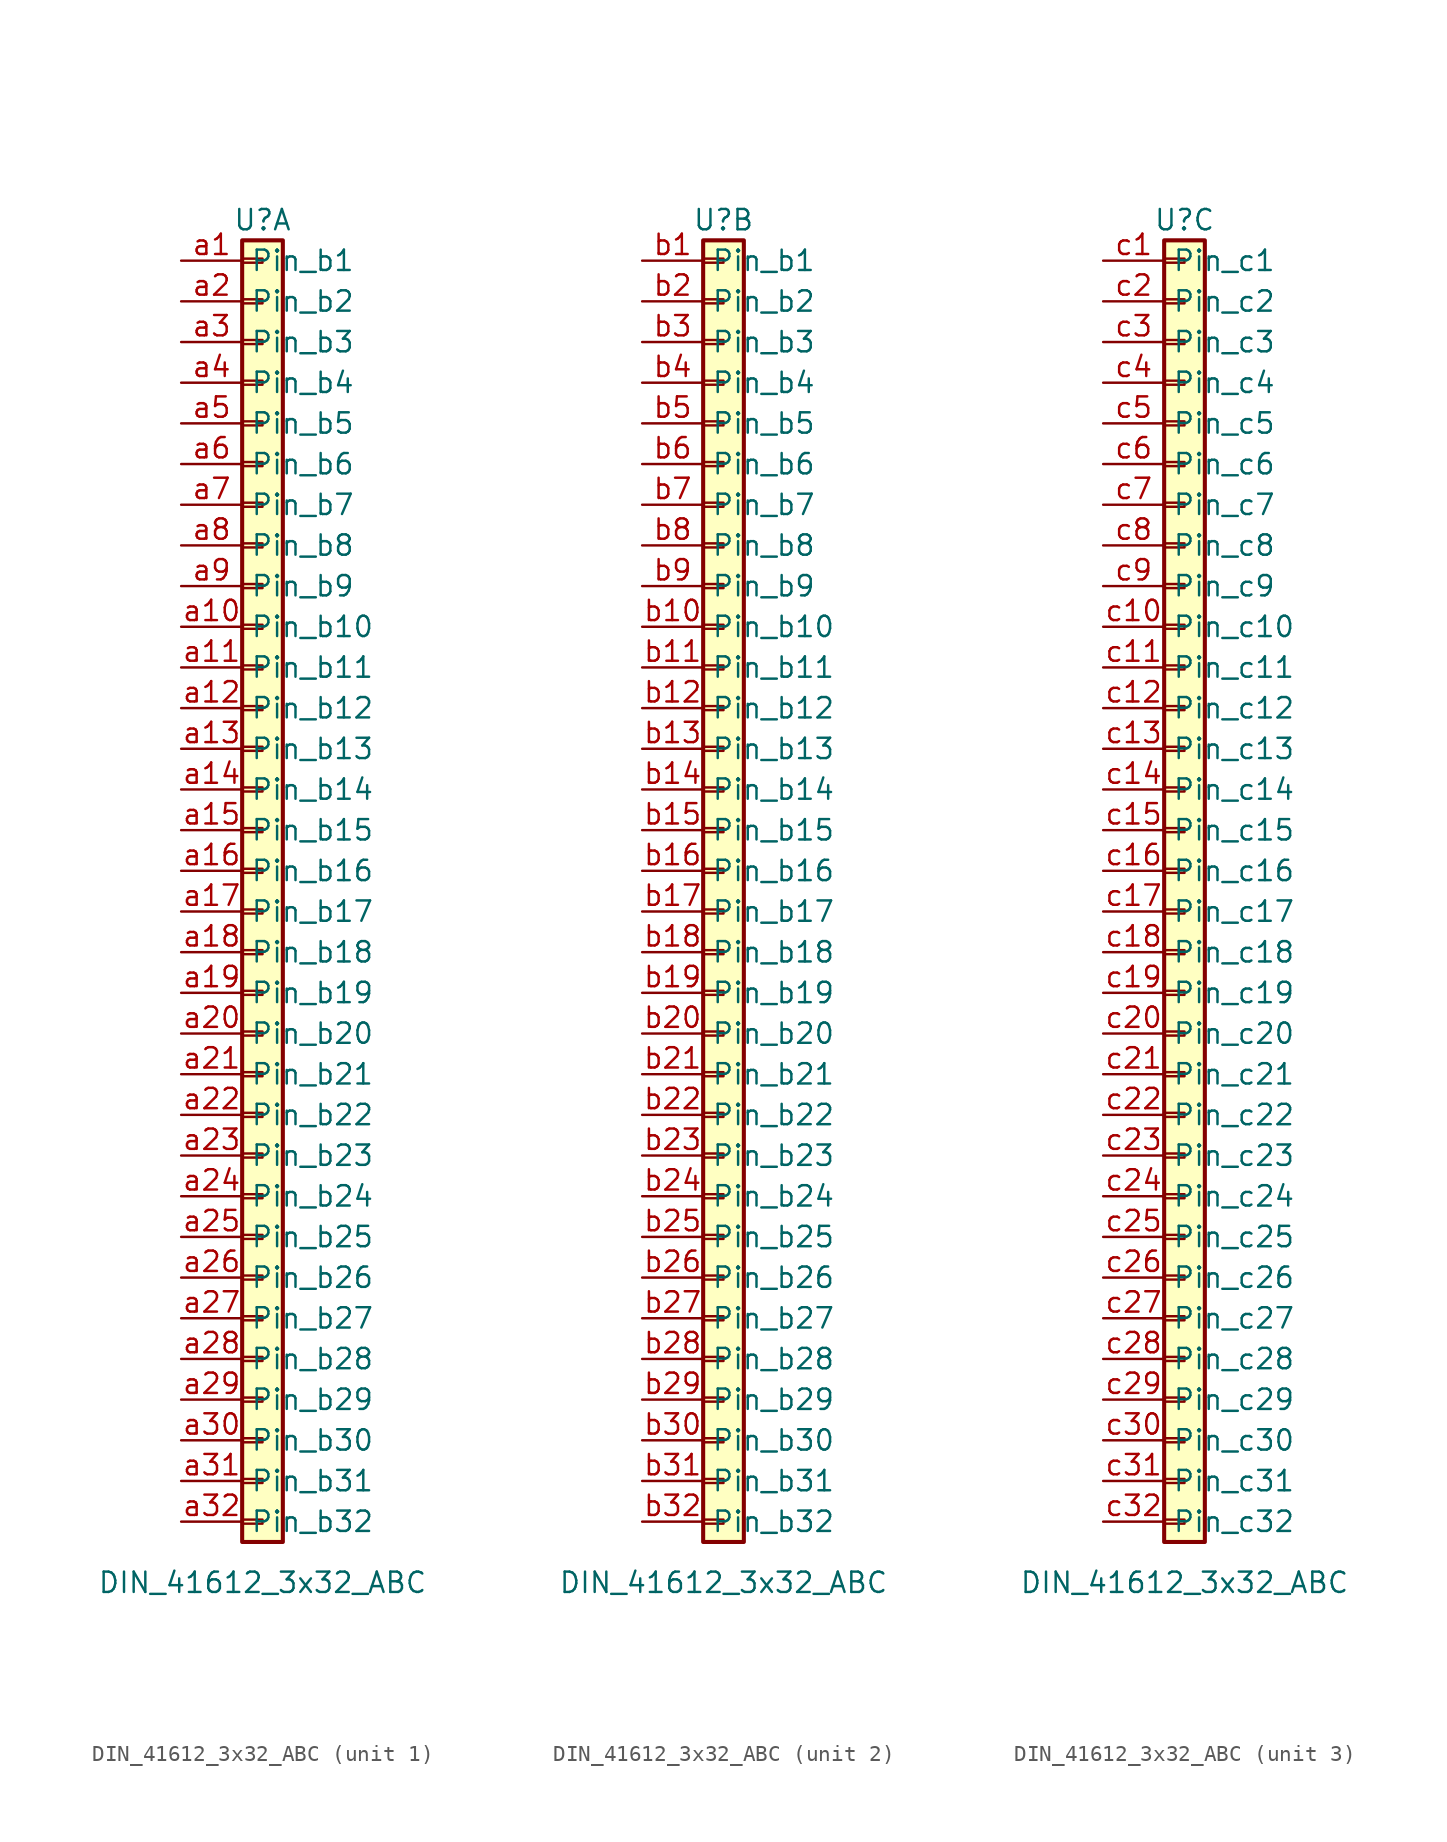
<source format=kicad_sym>
(kicad_symbol_lib
  (version 20220914)
  (generator kicad_symbol_editor)
  (symbol "DIN_41612_3x32_ABC"
    (property "Reference" "U"
      (at 0 39.37 0)
      (effects (font (size 1.27 1.27))))
    (property "Value" "DIN_41612_3x32_ABC"
      (at 0 -45.72 0)
      (effects (font (size 1.27 1.27))))
    (symbol "DIN_41612_3x32_ABC_1_1"
      (rectangle (start -1.27 -41.783) (end 0 -42.037) (stroke (width 0.152) (type default)) (fill (type none)))
      (rectangle (start -1.27 -39.243) (end 0 -39.497) (stroke (width 0.152) (type default)) (fill (type none)))
      (rectangle (start -1.27 -36.703) (end 0 -36.957) (stroke (width 0.152) (type default)) (fill (type none)))
      (rectangle (start -1.27 -34.163) (end 0 -34.417) (stroke (width 0.152) (type default)) (fill (type none)))
      (rectangle (start -1.27 -31.623) (end 0 -31.877) (stroke (width 0.152) (type default)) (fill (type none)))
      (rectangle (start -1.27 -29.083) (end 0 -29.337) (stroke (width 0.152) (type default)) (fill (type none)))
      (rectangle (start -1.27 -26.543) (end 0 -26.797) (stroke (width 0.152) (type default)) (fill (type none)))
      (rectangle (start -1.27 -24.003) (end 0 -24.257) (stroke (width 0.152) (type default)) (fill (type none)))
      (rectangle (start -1.27 -21.463) (end 0 -21.717) (stroke (width 0.152) (type default)) (fill (type none)))
      (rectangle (start -1.27 -18.923) (end 0 -19.177) (stroke (width 0.152) (type default)) (fill (type none)))
      (rectangle (start -1.27 -16.383) (end 0 -16.637) (stroke (width 0.152) (type default)) (fill (type none)))
      (rectangle (start -1.27 -13.843) (end 0 -14.097) (stroke (width 0.152) (type default)) (fill (type none)))
      (rectangle (start -1.27 -11.303) (end 0 -11.557) (stroke (width 0.152) (type default)) (fill (type none)))
      (rectangle (start -1.27 -8.763) (end 0 -9.017) (stroke (width 0.152) (type default)) (fill (type none)))
      (rectangle (start -1.27 -6.223) (end 0 -6.477) (stroke (width 0.152) (type default)) (fill (type none)))
      (rectangle (start -1.27 -3.683) (end 0 -3.937) (stroke (width 0.152) (type default)) (fill (type none)))
      (rectangle (start -1.27 -1.143) (end 0 -1.397) (stroke (width 0.152) (type default)) (fill (type none)))
      (rectangle (start -1.27 1.397) (end 0 1.143) (stroke (width 0.152) (type default)) (fill (type none)))
      (rectangle (start -1.27 3.937) (end 0 3.683) (stroke (width 0.152) (type default)) (fill (type none)))
      (rectangle (start -1.27 6.477) (end 0 6.223) (stroke (width 0.152) (type default)) (fill (type none)))
      (rectangle (start -1.27 9.017) (end 0 8.763) (stroke (width 0.152) (type default)) (fill (type none)))
      (rectangle (start -1.27 11.557) (end 0 11.303) (stroke (width 0.152) (type default)) (fill (type none)))
      (rectangle (start -1.27 14.097) (end 0 13.843) (stroke (width 0.152) (type default)) (fill (type none)))
      (rectangle (start -1.27 16.637) (end 0 16.383) (stroke (width 0.152) (type default)) (fill (type none)))
      (rectangle (start -1.27 19.177) (end 0 18.923) (stroke (width 0.152) (type default)) (fill (type none)))
      (rectangle (start -1.27 21.717) (end 0 21.463) (stroke (width 0.152) (type default)) (fill (type none)))
      (rectangle (start -1.27 24.257) (end 0 24.003) (stroke (width 0.152) (type default)) (fill (type none)))
      (rectangle (start -1.27 26.797) (end 0 26.543) (stroke (width 0.152) (type default)) (fill (type none)))
      (rectangle (start -1.27 29.337) (end 0 29.083) (stroke (width 0.152) (type default)) (fill (type none)))
      (rectangle (start -1.27 31.877) (end 0 31.623) (stroke (width 0.152) (type default)) (fill (type none)))
      (rectangle (start -1.27 34.417) (end 0 34.163) (stroke (width 0.152) (type default)) (fill (type none)))
      (rectangle (start -1.27 36.957) (end 0 36.703) (stroke (width 0.152) (type default)) (fill (type none)))
      (rectangle (start -1.27 38.1) (end 1.27 -43.18) (stroke (width 0.254) (type default)) (fill (type background)))
      (pin passive line (at -5.08 36.83 0) (length 3.81) (name "Pin_b1" (effects (font (size 1.27 1.27)))) (number "a1" (effects (font (size 1.27 1.27)))))
      (pin passive line (at -5.08 13.97 0) (length 3.81) (name "Pin_b10" (effects (font (size 1.27 1.27)))) (number "a10" (effects (font (size 1.27 1.27)))))
      (pin passive line (at -5.08 11.43 0) (length 3.81) (name "Pin_b11" (effects (font (size 1.27 1.27)))) (number "a11" (effects (font (size 1.27 1.27)))))
      (pin passive line (at -5.08 8.89 0) (length 3.81) (name "Pin_b12" (effects (font (size 1.27 1.27)))) (number "a12" (effects (font (size 1.27 1.27)))))
      (pin passive line (at -5.08 6.35 0) (length 3.81) (name "Pin_b13" (effects (font (size 1.27 1.27)))) (number "a13" (effects (font (size 1.27 1.27)))))
      (pin passive line (at -5.08 3.81 0) (length 3.81) (name "Pin_b14" (effects (font (size 1.27 1.27)))) (number "a14" (effects (font (size 1.27 1.27)))))
      (pin passive line (at -5.08 1.27 0) (length 3.81) (name "Pin_b15" (effects (font (size 1.27 1.27)))) (number "a15" (effects (font (size 1.27 1.27)))))
      (pin passive line (at -5.08 -1.27 0) (length 3.81) (name "Pin_b16" (effects (font (size 1.27 1.27)))) (number "a16" (effects (font (size 1.27 1.27)))))
      (pin passive line (at -5.08 -3.81 0) (length 3.81) (name "Pin_b17" (effects (font (size 1.27 1.27)))) (number "a17" (effects (font (size 1.27 1.27)))))
      (pin passive line (at -5.08 -6.35 0) (length 3.81) (name "Pin_b18" (effects (font (size 1.27 1.27)))) (number "a18" (effects (font (size 1.27 1.27)))))
      (pin passive line (at -5.08 -8.89 0) (length 3.81) (name "Pin_b19" (effects (font (size 1.27 1.27)))) (number "a19" (effects (font (size 1.27 1.27)))))
      (pin passive line (at -5.08 34.29 0) (length 3.81) (name "Pin_b2" (effects (font (size 1.27 1.27)))) (number "a2" (effects (font (size 1.27 1.27)))))
      (pin passive line (at -5.08 -11.43 0) (length 3.81) (name "Pin_b20" (effects (font (size 1.27 1.27)))) (number "a20" (effects (font (size 1.27 1.27)))))
      (pin passive line (at -5.08 -13.97 0) (length 3.81) (name "Pin_b21" (effects (font (size 1.27 1.27)))) (number "a21" (effects (font (size 1.27 1.27)))))
      (pin passive line (at -5.08 -16.51 0) (length 3.81) (name "Pin_b22" (effects (font (size 1.27 1.27)))) (number "a22" (effects (font (size 1.27 1.27)))))
      (pin passive line (at -5.08 -19.05 0) (length 3.81) (name "Pin_b23" (effects (font (size 1.27 1.27)))) (number "a23" (effects (font (size 1.27 1.27)))))
      (pin passive line (at -5.08 -21.59 0) (length 3.81) (name "Pin_b24" (effects (font (size 1.27 1.27)))) (number "a24" (effects (font (size 1.27 1.27)))))
      (pin passive line (at -5.08 -24.13 0) (length 3.81) (name "Pin_b25" (effects (font (size 1.27 1.27)))) (number "a25" (effects (font (size 1.27 1.27)))))
      (pin passive line (at -5.08 -26.67 0) (length 3.81) (name "Pin_b26" (effects (font (size 1.27 1.27)))) (number "a26" (effects (font (size 1.27 1.27)))))
      (pin passive line (at -5.08 -29.21 0) (length 3.81) (name "Pin_b27" (effects (font (size 1.27 1.27)))) (number "a27" (effects (font (size 1.27 1.27)))))
      (pin passive line (at -5.08 -31.75 0) (length 3.81) (name "Pin_b28" (effects (font (size 1.27 1.27)))) (number "a28" (effects (font (size 1.27 1.27)))))
      (pin passive line (at -5.08 -34.29 0) (length 3.81) (name "Pin_b29" (effects (font (size 1.27 1.27)))) (number "a29" (effects (font (size 1.27 1.27)))))
      (pin passive line (at -5.08 31.75 0) (length 3.81) (name "Pin_b3" (effects (font (size 1.27 1.27)))) (number "a3" (effects (font (size 1.27 1.27)))))
      (pin passive line (at -5.08 -36.83 0) (length 3.81) (name "Pin_b30" (effects (font (size 1.27 1.27)))) (number "a30" (effects (font (size 1.27 1.27)))))
      (pin passive line (at -5.08 -39.37 0) (length 3.81) (name "Pin_b31" (effects (font (size 1.27 1.27)))) (number "a31" (effects (font (size 1.27 1.27)))))
      (pin passive line (at -5.08 -41.91 0) (length 3.81) (name "Pin_b32" (effects (font (size 1.27 1.27)))) (number "a32" (effects (font (size 1.27 1.27)))))
      (pin passive line (at -5.08 29.21 0) (length 3.81) (name "Pin_b4" (effects (font (size 1.27 1.27)))) (number "a4" (effects (font (size 1.27 1.27)))))
      (pin passive line (at -5.08 26.67 0) (length 3.81) (name "Pin_b5" (effects (font (size 1.27 1.27)))) (number "a5" (effects (font (size 1.27 1.27)))))
      (pin passive line (at -5.08 24.13 0) (length 3.81) (name "Pin_b6" (effects (font (size 1.27 1.27)))) (number "a6" (effects (font (size 1.27 1.27)))))
      (pin passive line (at -5.08 21.59 0) (length 3.81) (name "Pin_b7" (effects (font (size 1.27 1.27)))) (number "a7" (effects (font (size 1.27 1.27)))))
      (pin passive line (at -5.08 19.05 0) (length 3.81) (name "Pin_b8" (effects (font (size 1.27 1.27)))) (number "a8" (effects (font (size 1.27 1.27)))))
      (pin passive line (at -5.08 16.51 0) (length 3.81) (name "Pin_b9" (effects (font (size 1.27 1.27)))) (number "a9" (effects (font (size 1.27 1.27))))))
    (symbol "DIN_41612_3x32_ABC_2_1"
      (rectangle (start -1.27 -41.783) (end 0 -42.037) (stroke (width 0.152) (type default)) (fill (type none)))
      (rectangle (start -1.27 -39.243) (end 0 -39.497) (stroke (width 0.152) (type default)) (fill (type none)))
      (rectangle (start -1.27 -36.703) (end 0 -36.957) (stroke (width 0.152) (type default)) (fill (type none)))
      (rectangle (start -1.27 -34.163) (end 0 -34.417) (stroke (width 0.152) (type default)) (fill (type none)))
      (rectangle (start -1.27 -31.623) (end 0 -31.877) (stroke (width 0.152) (type default)) (fill (type none)))
      (rectangle (start -1.27 -29.083) (end 0 -29.337) (stroke (width 0.152) (type default)) (fill (type none)))
      (rectangle (start -1.27 -26.543) (end 0 -26.797) (stroke (width 0.152) (type default)) (fill (type none)))
      (rectangle (start -1.27 -24.003) (end 0 -24.257) (stroke (width 0.152) (type default)) (fill (type none)))
      (rectangle (start -1.27 -21.463) (end 0 -21.717) (stroke (width 0.152) (type default)) (fill (type none)))
      (rectangle (start -1.27 -18.923) (end 0 -19.177) (stroke (width 0.152) (type default)) (fill (type none)))
      (rectangle (start -1.27 -16.383) (end 0 -16.637) (stroke (width 0.152) (type default)) (fill (type none)))
      (rectangle (start -1.27 -13.843) (end 0 -14.097) (stroke (width 0.152) (type default)) (fill (type none)))
      (rectangle (start -1.27 -11.303) (end 0 -11.557) (stroke (width 0.152) (type default)) (fill (type none)))
      (rectangle (start -1.27 -8.763) (end 0 -9.017) (stroke (width 0.152) (type default)) (fill (type none)))
      (rectangle (start -1.27 -6.223) (end 0 -6.477) (stroke (width 0.152) (type default)) (fill (type none)))
      (rectangle (start -1.27 -3.683) (end 0 -3.937) (stroke (width 0.152) (type default)) (fill (type none)))
      (rectangle (start -1.27 -1.143) (end 0 -1.397) (stroke (width 0.152) (type default)) (fill (type none)))
      (rectangle (start -1.27 1.397) (end 0 1.143) (stroke (width 0.152) (type default)) (fill (type none)))
      (rectangle (start -1.27 3.937) (end 0 3.683) (stroke (width 0.152) (type default)) (fill (type none)))
      (rectangle (start -1.27 6.477) (end 0 6.223) (stroke (width 0.152) (type default)) (fill (type none)))
      (rectangle (start -1.27 9.017) (end 0 8.763) (stroke (width 0.152) (type default)) (fill (type none)))
      (rectangle (start -1.27 11.557) (end 0 11.303) (stroke (width 0.152) (type default)) (fill (type none)))
      (rectangle (start -1.27 14.097) (end 0 13.843) (stroke (width 0.152) (type default)) (fill (type none)))
      (rectangle (start -1.27 16.637) (end 0 16.383) (stroke (width 0.152) (type default)) (fill (type none)))
      (rectangle (start -1.27 19.177) (end 0 18.923) (stroke (width 0.152) (type default)) (fill (type none)))
      (rectangle (start -1.27 21.717) (end 0 21.463) (stroke (width 0.152) (type default)) (fill (type none)))
      (rectangle (start -1.27 24.257) (end 0 24.003) (stroke (width 0.152) (type default)) (fill (type none)))
      (rectangle (start -1.27 26.797) (end 0 26.543) (stroke (width 0.152) (type default)) (fill (type none)))
      (rectangle (start -1.27 29.337) (end 0 29.083) (stroke (width 0.152) (type default)) (fill (type none)))
      (rectangle (start -1.27 31.877) (end 0 31.623) (stroke (width 0.152) (type default)) (fill (type none)))
      (rectangle (start -1.27 34.417) (end 0 34.163) (stroke (width 0.152) (type default)) (fill (type none)))
      (rectangle (start -1.27 36.957) (end 0 36.703) (stroke (width 0.152) (type default)) (fill (type none)))
      (rectangle (start -1.27 38.1) (end 1.27 -43.18) (stroke (width 0.254) (type default)) (fill (type background)))
      (pin passive line (at -5.08 36.83 0) (length 3.81) (name "Pin_b1" (effects (font (size 1.27 1.27)))) (number "b1" (effects (font (size 1.27 1.27)))))
      (pin passive line (at -5.08 13.97 0) (length 3.81) (name "Pin_b10" (effects (font (size 1.27 1.27)))) (number "b10" (effects (font (size 1.27 1.27)))))
      (pin passive line (at -5.08 11.43 0) (length 3.81) (name "Pin_b11" (effects (font (size 1.27 1.27)))) (number "b11" (effects (font (size 1.27 1.27)))))
      (pin passive line (at -5.08 8.89 0) (length 3.81) (name "Pin_b12" (effects (font (size 1.27 1.27)))) (number "b12" (effects (font (size 1.27 1.27)))))
      (pin passive line (at -5.08 6.35 0) (length 3.81) (name "Pin_b13" (effects (font (size 1.27 1.27)))) (number "b13" (effects (font (size 1.27 1.27)))))
      (pin passive line (at -5.08 3.81 0) (length 3.81) (name "Pin_b14" (effects (font (size 1.27 1.27)))) (number "b14" (effects (font (size 1.27 1.27)))))
      (pin passive line (at -5.08 1.27 0) (length 3.81) (name "Pin_b15" (effects (font (size 1.27 1.27)))) (number "b15" (effects (font (size 1.27 1.27)))))
      (pin passive line (at -5.08 -1.27 0) (length 3.81) (name "Pin_b16" (effects (font (size 1.27 1.27)))) (number "b16" (effects (font (size 1.27 1.27)))))
      (pin passive line (at -5.08 -3.81 0) (length 3.81) (name "Pin_b17" (effects (font (size 1.27 1.27)))) (number "b17" (effects (font (size 1.27 1.27)))))
      (pin passive line (at -5.08 -6.35 0) (length 3.81) (name "Pin_b18" (effects (font (size 1.27 1.27)))) (number "b18" (effects (font (size 1.27 1.27)))))
      (pin passive line (at -5.08 -8.89 0) (length 3.81) (name "Pin_b19" (effects (font (size 1.27 1.27)))) (number "b19" (effects (font (size 1.27 1.27)))))
      (pin passive line (at -5.08 34.29 0) (length 3.81) (name "Pin_b2" (effects (font (size 1.27 1.27)))) (number "b2" (effects (font (size 1.27 1.27)))))
      (pin passive line (at -5.08 -11.43 0) (length 3.81) (name "Pin_b20" (effects (font (size 1.27 1.27)))) (number "b20" (effects (font (size 1.27 1.27)))))
      (pin passive line (at -5.08 -13.97 0) (length 3.81) (name "Pin_b21" (effects (font (size 1.27 1.27)))) (number "b21" (effects (font (size 1.27 1.27)))))
      (pin passive line (at -5.08 -16.51 0) (length 3.81) (name "Pin_b22" (effects (font (size 1.27 1.27)))) (number "b22" (effects (font (size 1.27 1.27)))))
      (pin passive line (at -5.08 -19.05 0) (length 3.81) (name "Pin_b23" (effects (font (size 1.27 1.27)))) (number "b23" (effects (font (size 1.27 1.27)))))
      (pin passive line (at -5.08 -21.59 0) (length 3.81) (name "Pin_b24" (effects (font (size 1.27 1.27)))) (number "b24" (effects (font (size 1.27 1.27)))))
      (pin passive line (at -5.08 -24.13 0) (length 3.81) (name "Pin_b25" (effects (font (size 1.27 1.27)))) (number "b25" (effects (font (size 1.27 1.27)))))
      (pin passive line (at -5.08 -26.67 0) (length 3.81) (name "Pin_b26" (effects (font (size 1.27 1.27)))) (number "b26" (effects (font (size 1.27 1.27)))))
      (pin passive line (at -5.08 -29.21 0) (length 3.81) (name "Pin_b27" (effects (font (size 1.27 1.27)))) (number "b27" (effects (font (size 1.27 1.27)))))
      (pin passive line (at -5.08 -31.75 0) (length 3.81) (name "Pin_b28" (effects (font (size 1.27 1.27)))) (number "b28" (effects (font (size 1.27 1.27)))))
      (pin passive line (at -5.08 -34.29 0) (length 3.81) (name "Pin_b29" (effects (font (size 1.27 1.27)))) (number "b29" (effects (font (size 1.27 1.27)))))
      (pin passive line (at -5.08 31.75 0) (length 3.81) (name "Pin_b3" (effects (font (size 1.27 1.27)))) (number "b3" (effects (font (size 1.27 1.27)))))
      (pin passive line (at -5.08 -36.83 0) (length 3.81) (name "Pin_b30" (effects (font (size 1.27 1.27)))) (number "b30" (effects (font (size 1.27 1.27)))))
      (pin passive line (at -5.08 -39.37 0) (length 3.81) (name "Pin_b31" (effects (font (size 1.27 1.27)))) (number "b31" (effects (font (size 1.27 1.27)))))
      (pin passive line (at -5.08 -41.91 0) (length 3.81) (name "Pin_b32" (effects (font (size 1.27 1.27)))) (number "b32" (effects (font (size 1.27 1.27)))))
      (pin passive line (at -5.08 29.21 0) (length 3.81) (name "Pin_b4" (effects (font (size 1.27 1.27)))) (number "b4" (effects (font (size 1.27 1.27)))))
      (pin passive line (at -5.08 26.67 0) (length 3.81) (name "Pin_b5" (effects (font (size 1.27 1.27)))) (number "b5" (effects (font (size 1.27 1.27)))))
      (pin passive line (at -5.08 24.13 0) (length 3.81) (name "Pin_b6" (effects (font (size 1.27 1.27)))) (number "b6" (effects (font (size 1.27 1.27)))))
      (pin passive line (at -5.08 21.59 0) (length 3.81) (name "Pin_b7" (effects (font (size 1.27 1.27)))) (number "b7" (effects (font (size 1.27 1.27)))))
      (pin passive line (at -5.08 19.05 0) (length 3.81) (name "Pin_b8" (effects (font (size 1.27 1.27)))) (number "b8" (effects (font (size 1.27 1.27)))))
      (pin passive line (at -5.08 16.51 0) (length 3.81) (name "Pin_b9" (effects (font (size 1.27 1.27)))) (number "b9" (effects (font (size 1.27 1.27))))))
    (symbol "DIN_41612_3x32_ABC_3_1"
      (rectangle (start -1.27 -41.783) (end 0 -42.037) (stroke (width 0.152) (type default)) (fill (type none)))
      (rectangle (start -1.27 -39.243) (end 0 -39.497) (stroke (width 0.152) (type default)) (fill (type none)))
      (rectangle (start -1.27 -36.703) (end 0 -36.957) (stroke (width 0.152) (type default)) (fill (type none)))
      (rectangle (start -1.27 -34.163) (end 0 -34.417) (stroke (width 0.152) (type default)) (fill (type none)))
      (rectangle (start -1.27 -31.623) (end 0 -31.877) (stroke (width 0.152) (type default)) (fill (type none)))
      (rectangle (start -1.27 -29.083) (end 0 -29.337) (stroke (width 0.152) (type default)) (fill (type none)))
      (rectangle (start -1.27 -26.543) (end 0 -26.797) (stroke (width 0.152) (type default)) (fill (type none)))
      (rectangle (start -1.27 -24.003) (end 0 -24.257) (stroke (width 0.152) (type default)) (fill (type none)))
      (rectangle (start -1.27 -21.463) (end 0 -21.717) (stroke (width 0.152) (type default)) (fill (type none)))
      (rectangle (start -1.27 -18.923) (end 0 -19.177) (stroke (width 0.152) (type default)) (fill (type none)))
      (rectangle (start -1.27 -16.383) (end 0 -16.637) (stroke (width 0.152) (type default)) (fill (type none)))
      (rectangle (start -1.27 -13.843) (end 0 -14.097) (stroke (width 0.152) (type default)) (fill (type none)))
      (rectangle (start -1.27 -11.303) (end 0 -11.557) (stroke (width 0.152) (type default)) (fill (type none)))
      (rectangle (start -1.27 -8.763) (end 0 -9.017) (stroke (width 0.152) (type default)) (fill (type none)))
      (rectangle (start -1.27 -6.223) (end 0 -6.477) (stroke (width 0.152) (type default)) (fill (type none)))
      (rectangle (start -1.27 -3.683) (end 0 -3.937) (stroke (width 0.152) (type default)) (fill (type none)))
      (rectangle (start -1.27 -1.143) (end 0 -1.397) (stroke (width 0.152) (type default)) (fill (type none)))
      (rectangle (start -1.27 1.397) (end 0 1.143) (stroke (width 0.152) (type default)) (fill (type none)))
      (rectangle (start -1.27 3.937) (end 0 3.683) (stroke (width 0.152) (type default)) (fill (type none)))
      (rectangle (start -1.27 6.477) (end 0 6.223) (stroke (width 0.152) (type default)) (fill (type none)))
      (rectangle (start -1.27 9.017) (end 0 8.763) (stroke (width 0.152) (type default)) (fill (type none)))
      (rectangle (start -1.27 11.557) (end 0 11.303) (stroke (width 0.152) (type default)) (fill (type none)))
      (rectangle (start -1.27 14.097) (end 0 13.843) (stroke (width 0.152) (type default)) (fill (type none)))
      (rectangle (start -1.27 16.637) (end 0 16.383) (stroke (width 0.152) (type default)) (fill (type none)))
      (rectangle (start -1.27 19.177) (end 0 18.923) (stroke (width 0.152) (type default)) (fill (type none)))
      (rectangle (start -1.27 21.717) (end 0 21.463) (stroke (width 0.152) (type default)) (fill (type none)))
      (rectangle (start -1.27 24.257) (end 0 24.003) (stroke (width 0.152) (type default)) (fill (type none)))
      (rectangle (start -1.27 26.797) (end 0 26.543) (stroke (width 0.152) (type default)) (fill (type none)))
      (rectangle (start -1.27 29.337) (end 0 29.083) (stroke (width 0.152) (type default)) (fill (type none)))
      (rectangle (start -1.27 31.877) (end 0 31.623) (stroke (width 0.152) (type default)) (fill (type none)))
      (rectangle (start -1.27 34.417) (end 0 34.163) (stroke (width 0.152) (type default)) (fill (type none)))
      (rectangle (start -1.27 36.957) (end 0 36.703) (stroke (width 0.152) (type default)) (fill (type none)))
      (rectangle (start -1.27 38.1) (end 1.27 -43.18) (stroke (width 0.254) (type default)) (fill (type background)))
      (pin passive line (at -5.08 36.83 0) (length 3.81) (name "Pin_c1" (effects (font (size 1.27 1.27)))) (number "c1" (effects (font (size 1.27 1.27)))))
      (pin passive line (at -5.08 13.97 0) (length 3.81) (name "Pin_c10" (effects (font (size 1.27 1.27)))) (number "c10" (effects (font (size 1.27 1.27)))))
      (pin passive line (at -5.08 11.43 0) (length 3.81) (name "Pin_c11" (effects (font (size 1.27 1.27)))) (number "c11" (effects (font (size 1.27 1.27)))))
      (pin passive line (at -5.08 8.89 0) (length 3.81) (name "Pin_c12" (effects (font (size 1.27 1.27)))) (number "c12" (effects (font (size 1.27 1.27)))))
      (pin passive line (at -5.08 6.35 0) (length 3.81) (name "Pin_c13" (effects (font (size 1.27 1.27)))) (number "c13" (effects (font (size 1.27 1.27)))))
      (pin passive line (at -5.08 3.81 0) (length 3.81) (name "Pin_c14" (effects (font (size 1.27 1.27)))) (number "c14" (effects (font (size 1.27 1.27)))))
      (pin passive line (at -5.08 1.27 0) (length 3.81) (name "Pin_c15" (effects (font (size 1.27 1.27)))) (number "c15" (effects (font (size 1.27 1.27)))))
      (pin passive line (at -5.08 -1.27 0) (length 3.81) (name "Pin_c16" (effects (font (size 1.27 1.27)))) (number "c16" (effects (font (size 1.27 1.27)))))
      (pin passive line (at -5.08 -3.81 0) (length 3.81) (name "Pin_c17" (effects (font (size 1.27 1.27)))) (number "c17" (effects (font (size 1.27 1.27)))))
      (pin passive line (at -5.08 -6.35 0) (length 3.81) (name "Pin_c18" (effects (font (size 1.27 1.27)))) (number "c18" (effects (font (size 1.27 1.27)))))
      (pin passive line (at -5.08 -8.89 0) (length 3.81) (name "Pin_c19" (effects (font (size 1.27 1.27)))) (number "c19" (effects (font (size 1.27 1.27)))))
      (pin passive line (at -5.08 34.29 0) (length 3.81) (name "Pin_c2" (effects (font (size 1.27 1.27)))) (number "c2" (effects (font (size 1.27 1.27)))))
      (pin passive line (at -5.08 -11.43 0) (length 3.81) (name "Pin_c20" (effects (font (size 1.27 1.27)))) (number "c20" (effects (font (size 1.27 1.27)))))
      (pin passive line (at -5.08 -13.97 0) (length 3.81) (name "Pin_c21" (effects (font (size 1.27 1.27)))) (number "c21" (effects (font (size 1.27 1.27)))))
      (pin passive line (at -5.08 -16.51 0) (length 3.81) (name "Pin_c22" (effects (font (size 1.27 1.27)))) (number "c22" (effects (font (size 1.27 1.27)))))
      (pin passive line (at -5.08 -19.05 0) (length 3.81) (name "Pin_c23" (effects (font (size 1.27 1.27)))) (number "c23" (effects (font (size 1.27 1.27)))))
      (pin passive line (at -5.08 -21.59 0) (length 3.81) (name "Pin_c24" (effects (font (size 1.27 1.27)))) (number "c24" (effects (font (size 1.27 1.27)))))
      (pin passive line (at -5.08 -24.13 0) (length 3.81) (name "Pin_c25" (effects (font (size 1.27 1.27)))) (number "c25" (effects (font (size 1.27 1.27)))))
      (pin passive line (at -5.08 -26.67 0) (length 3.81) (name "Pin_c26" (effects (font (size 1.27 1.27)))) (number "c26" (effects (font (size 1.27 1.27)))))
      (pin passive line (at -5.08 -29.21 0) (length 3.81) (name "Pin_c27" (effects (font (size 1.27 1.27)))) (number "c27" (effects (font (size 1.27 1.27)))))
      (pin passive line (at -5.08 -31.75 0) (length 3.81) (name "Pin_c28" (effects (font (size 1.27 1.27)))) (number "c28" (effects (font (size 1.27 1.27)))))
      (pin passive line (at -5.08 -34.29 0) (length 3.81) (name "Pin_c29" (effects (font (size 1.27 1.27)))) (number "c29" (effects (font (size 1.27 1.27)))))
      (pin passive line (at -5.08 31.75 0) (length 3.81) (name "Pin_c3" (effects (font (size 1.27 1.27)))) (number "c3" (effects (font (size 1.27 1.27)))))
      (pin passive line (at -5.08 -36.83 0) (length 3.81) (name "Pin_c30" (effects (font (size 1.27 1.27)))) (number "c30" (effects (font (size 1.27 1.27)))))
      (pin passive line (at -5.08 -39.37 0) (length 3.81) (name "Pin_c31" (effects (font (size 1.27 1.27)))) (number "c31" (effects (font (size 1.27 1.27)))))
      (pin passive line (at -5.08 -41.91 0) (length 3.81) (name "Pin_c32" (effects (font (size 1.27 1.27)))) (number "c32" (effects (font (size 1.27 1.27)))))
      (pin passive line (at -5.08 29.21 0) (length 3.81) (name "Pin_c4" (effects (font (size 1.27 1.27)))) (number "c4" (effects (font (size 1.27 1.27)))))
      (pin passive line (at -5.08 26.67 0) (length 3.81) (name "Pin_c5" (effects (font (size 1.27 1.27)))) (number "c5" (effects (font (size 1.27 1.27)))))
      (pin passive line (at -5.08 24.13 0) (length 3.81) (name "Pin_c6" (effects (font (size 1.27 1.27)))) (number "c6" (effects (font (size 1.27 1.27)))))
      (pin passive line (at -5.08 21.59 0) (length 3.81) (name "Pin_c7" (effects (font (size 1.27 1.27)))) (number "c7" (effects (font (size 1.27 1.27)))))
      (pin passive line (at -5.08 19.05 0) (length 3.81) (name "Pin_c8" (effects (font (size 1.27 1.27)))) (number "c8" (effects (font (size 1.27 1.27)))))
      (pin passive line (at -5.08 16.51 0) (length 3.81) (name "Pin_c9" (effects (font (size 1.27 1.27)))) (number "c9" (effects (font (size 1.27 1.27))))))))
</source>
